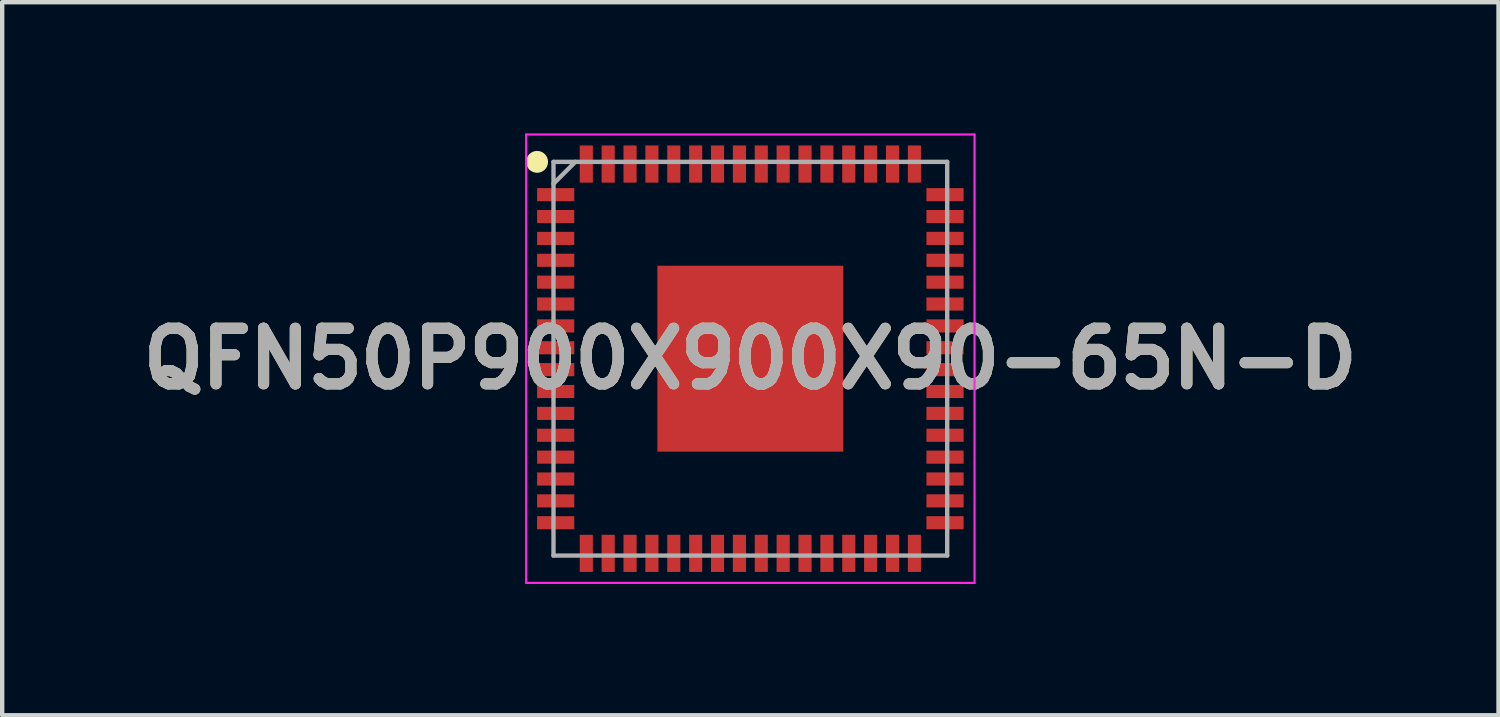
<source format=kicad_pcb>
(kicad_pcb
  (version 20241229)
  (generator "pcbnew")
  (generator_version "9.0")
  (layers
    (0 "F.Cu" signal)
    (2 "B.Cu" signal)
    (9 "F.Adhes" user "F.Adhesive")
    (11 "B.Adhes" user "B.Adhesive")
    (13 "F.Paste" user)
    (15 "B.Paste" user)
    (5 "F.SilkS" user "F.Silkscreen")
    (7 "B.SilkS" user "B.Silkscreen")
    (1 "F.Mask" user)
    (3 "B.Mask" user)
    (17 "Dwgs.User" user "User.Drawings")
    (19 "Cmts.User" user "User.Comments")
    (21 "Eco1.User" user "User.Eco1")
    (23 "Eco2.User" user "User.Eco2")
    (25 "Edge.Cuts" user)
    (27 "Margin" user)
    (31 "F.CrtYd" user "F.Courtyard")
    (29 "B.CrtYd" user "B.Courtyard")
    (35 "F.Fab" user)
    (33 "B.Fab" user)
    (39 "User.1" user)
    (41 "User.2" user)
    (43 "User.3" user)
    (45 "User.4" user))
  (footprint "QFN50P900X900X90-65N-D"
    (layer "F.Cu")
    (at 14.103 5.15)
    (property "Reference" "QFN50P900X900X90-65N-D" (at 0 0 0) (layer "F.SilkS") (effects (font (size 1.27 1.27) (thickness 0.254))))
    (attr smd)
    (fp_circle (center -4.875 -4.5) (end -4.875 -4.375) (stroke (width 0.25) (type solid)) (fill no) (layer "F.SilkS"))
    (fp_line (start -5.125 -5.125) (end 5.125 -5.125) (stroke (width 0.05) (type solid)) (layer "F.CrtYd"))
    (fp_line (start -5.125 5.125) (end -5.125 -5.125) (stroke (width 0.05) (type solid)) (layer "F.CrtYd"))
    (fp_line (start 5.125 -5.125) (end 5.125 5.125) (stroke (width 0.05) (type solid)) (layer "F.CrtYd"))
    (fp_line (start 5.125 5.125) (end -5.125 5.125) (stroke (width 0.05) (type solid)) (layer "F.CrtYd"))
    (fp_line (start -4.5 -4.5) (end 4.5 -4.5) (stroke (width 0.1) (type solid)) (layer "F.Fab"))
    (fp_line (start -4.5 -4) (end -4 -4.5) (stroke (width 0.1) (type solid)) (layer "F.Fab"))
    (fp_line (start -4.5 4.5) (end -4.5 -4.5) (stroke (width 0.1) (type solid)) (layer "F.Fab"))
    (fp_line (start 4.5 -4.5) (end 4.5 4.5) (stroke (width 0.1) (type solid)) (layer "F.Fab"))
    (fp_line (start 4.5 4.5) (end -4.5 4.5) (stroke (width 0.1) (type solid)) (layer "F.Fab"))
    (fp_text user "${REFERENCE}" (at 0 0 0) (layer "F.Fab") (effects (font (size 1.27 1.27) (thickness 0.254))))
    (pad "1" smd rect (at -4.45 -3.75 90) (size 0.3 0.85) (layers "F.Cu" "F.Mask" "F.Paste"))
    (pad "2" smd rect (at -4.45 -3.25 90) (size 0.3 0.85) (layers "F.Cu" "F.Mask" "F.Paste"))
    (pad "3" smd rect (at -4.45 -2.75 90) (size 0.3 0.85) (layers "F.Cu" "F.Mask" "F.Paste"))
    (pad "4" smd rect (at -4.45 -2.25 90) (size 0.3 0.85) (layers "F.Cu" "F.Mask" "F.Paste"))
    (pad "5" smd rect (at -4.45 -1.75 90) (size 0.3 0.85) (layers "F.Cu" "F.Mask" "F.Paste"))
    (pad "6" smd rect (at -4.45 -1.25 90) (size 0.3 0.85) (layers "F.Cu" "F.Mask" "F.Paste"))
    (pad "7" smd rect (at -4.45 -0.75 90) (size 0.3 0.85) (layers "F.Cu" "F.Mask" "F.Paste"))
    (pad "8" smd rect (at -4.45 -0.25 90) (size 0.3 0.85) (layers "F.Cu" "F.Mask" "F.Paste"))
    (pad "9" smd rect (at -4.45 0.25 90) (size 0.3 0.85) (layers "F.Cu" "F.Mask" "F.Paste"))
    (pad "10" smd rect (at -4.45 0.75 90) (size 0.3 0.85) (layers "F.Cu" "F.Mask" "F.Paste"))
    (pad "11" smd rect (at -4.45 1.25 90) (size 0.3 0.85) (layers "F.Cu" "F.Mask" "F.Paste"))
    (pad "12" smd rect (at -4.45 1.75 90) (size 0.3 0.85) (layers "F.Cu" "F.Mask" "F.Paste"))
    (pad "13" smd rect (at -4.45 2.25 90) (size 0.3 0.85) (layers "F.Cu" "F.Mask" "F.Paste"))
    (pad "14" smd rect (at -4.45 2.75 90) (size 0.3 0.85) (layers "F.Cu" "F.Mask" "F.Paste"))
    (pad "15" smd rect (at -4.45 3.25 90) (size 0.3 0.85) (layers "F.Cu" "F.Mask" "F.Paste"))
    (pad "16" smd rect (at -4.45 3.75 90) (size 0.3 0.85) (layers "F.Cu" "F.Mask" "F.Paste"))
    (pad "17" smd rect (at -3.75 4.45) (size 0.3 0.85) (layers "F.Cu" "F.Mask" "F.Paste"))
    (pad "18" smd rect (at -3.25 4.45) (size 0.3 0.85) (layers "F.Cu" "F.Mask" "F.Paste"))
    (pad "19" smd rect (at -2.75 4.45) (size 0.3 0.85) (layers "F.Cu" "F.Mask" "F.Paste"))
    (pad "20" smd rect (at -2.25 4.45) (size 0.3 0.85) (layers "F.Cu" "F.Mask" "F.Paste"))
    (pad "21" smd rect (at -1.75 4.45) (size 0.3 0.85) (layers "F.Cu" "F.Mask" "F.Paste"))
    (pad "22" smd rect (at -1.25 4.45) (size 0.3 0.85) (layers "F.Cu" "F.Mask" "F.Paste"))
    (pad "23" smd rect (at -0.75 4.45) (size 0.3 0.85) (layers "F.Cu" "F.Mask" "F.Paste"))
    (pad "24" smd rect (at -0.25 4.45) (size 0.3 0.85) (layers "F.Cu" "F.Mask" "F.Paste"))
    (pad "25" smd rect (at 0.25 4.45) (size 0.3 0.85) (layers "F.Cu" "F.Mask" "F.Paste"))
    (pad "26" smd rect (at 0.75 4.45) (size 0.3 0.85) (layers "F.Cu" "F.Mask" "F.Paste"))
    (pad "27" smd rect (at 1.25 4.45) (size 0.3 0.85) (layers "F.Cu" "F.Mask" "F.Paste"))
    (pad "28" smd rect (at 1.75 4.45) (size 0.3 0.85) (layers "F.Cu" "F.Mask" "F.Paste"))
    (pad "29" smd rect (at 2.25 4.45) (size 0.3 0.85) (layers "F.Cu" "F.Mask" "F.Paste"))
    (pad "30" smd rect (at 2.75 4.45) (size 0.3 0.85) (layers "F.Cu" "F.Mask" "F.Paste"))
    (pad "31" smd rect (at 3.25 4.45) (size 0.3 0.85) (layers "F.Cu" "F.Mask" "F.Paste"))
    (pad "32" smd rect (at 3.75 4.45) (size 0.3 0.85) (layers "F.Cu" "F.Mask" "F.Paste"))
    (pad "33" smd rect (at 4.45 3.75 90) (size 0.3 0.85) (layers "F.Cu" "F.Mask" "F.Paste"))
    (pad "34" smd rect (at 4.45 3.25 90) (size 0.3 0.85) (layers "F.Cu" "F.Mask" "F.Paste"))
    (pad "35" smd rect (at 4.45 2.75 90) (size 0.3 0.85) (layers "F.Cu" "F.Mask" "F.Paste"))
    (pad "36" smd rect (at 4.45 2.25 90) (size 0.3 0.85) (layers "F.Cu" "F.Mask" "F.Paste"))
    (pad "37" smd rect (at 4.45 1.75 90) (size 0.3 0.85) (layers "F.Cu" "F.Mask" "F.Paste"))
    (pad "38" smd rect (at 4.45 1.25 90) (size 0.3 0.85) (layers "F.Cu" "F.Mask" "F.Paste"))
    (pad "39" smd rect (at 4.45 0.75 90) (size 0.3 0.85) (layers "F.Cu" "F.Mask" "F.Paste"))
    (pad "40" smd rect (at 4.45 0.25 90) (size 0.3 0.85) (layers "F.Cu" "F.Mask" "F.Paste"))
    (pad "41" smd rect (at 4.45 -0.25 90) (size 0.3 0.85) (layers "F.Cu" "F.Mask" "F.Paste"))
    (pad "42" smd rect (at 4.45 -0.75 90) (size 0.3 0.85) (layers "F.Cu" "F.Mask" "F.Paste"))
    (pad "43" smd rect (at 4.45 -1.25 90) (size 0.3 0.85) (layers "F.Cu" "F.Mask" "F.Paste"))
    (pad "44" smd rect (at 4.45 -1.75 90) (size 0.3 0.85) (layers "F.Cu" "F.Mask" "F.Paste"))
    (pad "45" smd rect (at 4.45 -2.25 90) (size 0.3 0.85) (layers "F.Cu" "F.Mask" "F.Paste"))
    (pad "46" smd rect (at 4.45 -2.75 90) (size 0.3 0.85) (layers "F.Cu" "F.Mask" "F.Paste"))
    (pad "47" smd rect (at 4.45 -3.25 90) (size 0.3 0.85) (layers "F.Cu" "F.Mask" "F.Paste"))
    (pad "48" smd rect (at 4.45 -3.75 90) (size 0.3 0.85) (layers "F.Cu" "F.Mask" "F.Paste"))
    (pad "49" smd rect (at 3.75 -4.45) (size 0.3 0.85) (layers "F.Cu" "F.Mask" "F.Paste"))
    (pad "50" smd rect (at 3.25 -4.45) (size 0.3 0.85) (layers "F.Cu" "F.Mask" "F.Paste"))
    (pad "51" smd rect (at 2.75 -4.45) (size 0.3 0.85) (layers "F.Cu" "F.Mask" "F.Paste"))
    (pad "52" smd rect (at 2.25 -4.45) (size 0.3 0.85) (layers "F.Cu" "F.Mask" "F.Paste"))
    (pad "53" smd rect (at 1.75 -4.45) (size 0.3 0.85) (layers "F.Cu" "F.Mask" "F.Paste"))
    (pad "54" smd rect (at 1.25 -4.45) (size 0.3 0.85) (layers "F.Cu" "F.Mask" "F.Paste"))
    (pad "55" smd rect (at 0.75 -4.45) (size 0.3 0.85) (layers "F.Cu" "F.Mask" "F.Paste"))
    (pad "56" smd rect (at 0.25 -4.45) (size 0.3 0.85) (layers "F.Cu" "F.Mask" "F.Paste"))
    (pad "57" smd rect (at -0.25 -4.45) (size 0.3 0.85) (layers "F.Cu" "F.Mask" "F.Paste"))
    (pad "58" smd rect (at -0.75 -4.45) (size 0.3 0.85) (layers "F.Cu" "F.Mask" "F.Paste"))
    (pad "59" smd rect (at -1.25 -4.45) (size 0.3 0.85) (layers "F.Cu" "F.Mask" "F.Paste"))
    (pad "60" smd rect (at -1.75 -4.45) (size 0.3 0.85) (layers "F.Cu" "F.Mask" "F.Paste"))
    (pad "61" smd rect (at -2.25 -4.45) (size 0.3 0.85) (layers "F.Cu" "F.Mask" "F.Paste"))
    (pad "62" smd rect (at -2.75 -4.45) (size 0.3 0.85) (layers "F.Cu" "F.Mask" "F.Paste"))
    (pad "63" smd rect (at -3.25 -4.45) (size 0.3 0.85) (layers "F.Cu" "F.Mask" "F.Paste"))
    (pad "64" smd rect (at -3.75 -4.45) (size 0.3 0.85) (layers "F.Cu" "F.Mask" "F.Paste"))
    (pad "65" smd rect (at 0 0) (size 4.25 4.25) (layers "F.Cu" "F.Mask" "F.Paste")))
  (gr_rect
    (start -3 -3)
    (end 31.206 13.3)
    (stroke (width 0.1) (type default))
    (fill no)
    (layer "Edge.Cuts")))
</source>
